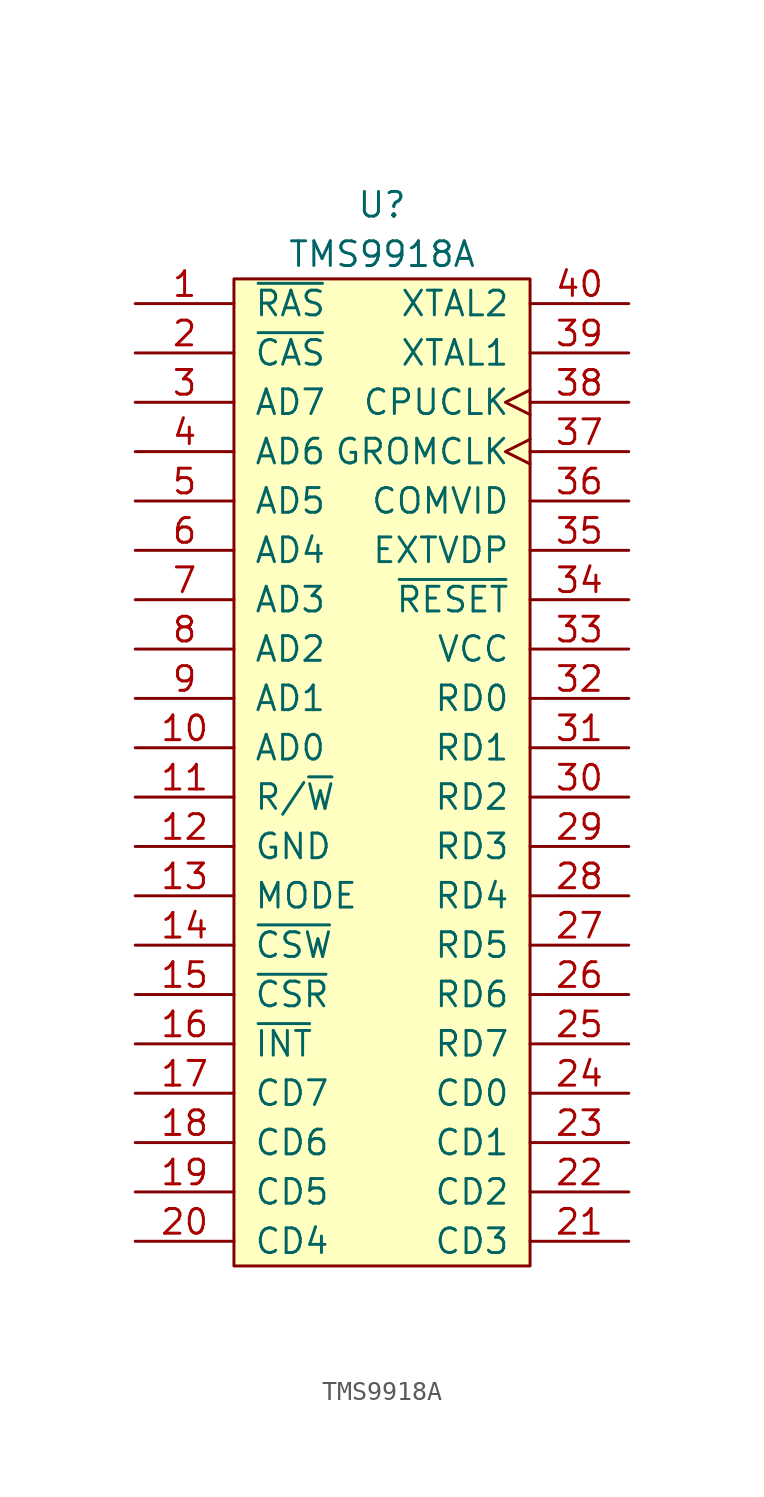
<source format=kicad_sym>
(kicad_symbol_lib
  (version 20211014)
  (generator kicad_symbol_editor)
  (symbol "TMS9918A"
    (pin_names
      (offset 1.016))
    (property "Reference" "U"
      (at 0 29.21 0)
      (effects (font (size 1.27 1.27))))
    (property "Value" "TMS9918A"
      (at 0 26.67 0)
      (effects (font (size 1.27 1.27))))
    (symbol "TMS9918A_0_1"
      (rectangle (start -7.62 25.4) (end 7.62 -25.4) (stroke (width 0) (type default) (color 0 0 0 0)) (fill (type background))))
    (symbol "TMS9918A_1_1"
      (pin output line (at -12.7 24.13 0) (length 5.08) (name "~{RAS}" (effects (font (size 1.27 1.27)))) (number "1" (effects (font (size 1.27 1.27)))))
      (pin output line (at -12.7 1.27 0) (length 5.08) (name "AD0" (effects (font (size 1.27 1.27)))) (number "10" (effects (font (size 1.27 1.27)))))
      (pin output line (at -12.7 -1.27 0) (length 5.08) (name "R/~{W}" (effects (font (size 1.27 1.27)))) (number "11" (effects (font (size 1.27 1.27)))))
      (pin power_in line (at -12.7 -3.81 0) (length 5.08) (name "GND" (effects (font (size 1.27 1.27)))) (number "12" (effects (font (size 1.27 1.27)))))
      (pin input line (at -12.7 -6.35 0) (length 5.08) (name "MODE" (effects (font (size 1.27 1.27)))) (number "13" (effects (font (size 1.27 1.27)))))
      (pin input line (at -12.7 -8.89 0) (length 5.08) (name "~{CSW}" (effects (font (size 1.27 1.27)))) (number "14" (effects (font (size 1.27 1.27)))))
      (pin input line (at -12.7 -11.43 0) (length 5.08) (name "~{CSR}" (effects (font (size 1.27 1.27)))) (number "15" (effects (font (size 1.27 1.27)))))
      (pin output line (at -12.7 -13.97 0) (length 5.08) (name "~{INT}" (effects (font (size 1.27 1.27)))) (number "16" (effects (font (size 1.27 1.27)))))
      (pin bidirectional line (at -12.7 -16.51 0) (length 5.08) (name "CD7" (effects (font (size 1.27 1.27)))) (number "17" (effects (font (size 1.27 1.27)))))
      (pin bidirectional line (at -12.7 -19.05 0) (length 5.08) (name "CD6" (effects (font (size 1.27 1.27)))) (number "18" (effects (font (size 1.27 1.27)))))
      (pin bidirectional line (at -12.7 -21.59 0) (length 5.08) (name "CD5" (effects (font (size 1.27 1.27)))) (number "19" (effects (font (size 1.27 1.27)))))
      (pin output line (at -12.7 21.59 0) (length 5.08) (name "~{CAS}" (effects (font (size 1.27 1.27)))) (number "2" (effects (font (size 1.27 1.27)))))
      (pin bidirectional line (at -12.7 -24.13 0) (length 5.08) (name "CD4" (effects (font (size 1.27 1.27)))) (number "20" (effects (font (size 1.27 1.27)))))
      (pin bidirectional line (at 12.7 -24.13 180) (length 5.08) (name "CD3" (effects (font (size 1.27 1.27)))) (number "21" (effects (font (size 1.27 1.27)))))
      (pin bidirectional line (at 12.7 -21.59 180) (length 5.08) (name "CD2" (effects (font (size 1.27 1.27)))) (number "22" (effects (font (size 1.27 1.27)))))
      (pin bidirectional line (at 12.7 -19.05 180) (length 5.08) (name "CD1" (effects (font (size 1.27 1.27)))) (number "23" (effects (font (size 1.27 1.27)))))
      (pin bidirectional line (at 12.7 -16.51 180) (length 5.08) (name "CD0" (effects (font (size 1.27 1.27)))) (number "24" (effects (font (size 1.27 1.27)))))
      (pin input line (at 12.7 -13.97 180) (length 5.08) (name "RD7" (effects (font (size 1.27 1.27)))) (number "25" (effects (font (size 1.27 1.27)))))
      (pin input line (at 12.7 -11.43 180) (length 5.08) (name "RD6" (effects (font (size 1.27 1.27)))) (number "26" (effects (font (size 1.27 1.27)))))
      (pin input line (at 12.7 -8.89 180) (length 5.08) (name "RD5" (effects (font (size 1.27 1.27)))) (number "27" (effects (font (size 1.27 1.27)))))
      (pin input line (at 12.7 -6.35 180) (length 5.08) (name "RD4" (effects (font (size 1.27 1.27)))) (number "28" (effects (font (size 1.27 1.27)))))
      (pin input line (at 12.7 -3.81 180) (length 5.08) (name "RD3" (effects (font (size 1.27 1.27)))) (number "29" (effects (font (size 1.27 1.27)))))
      (pin output line (at -12.7 19.05 0) (length 5.08) (name "AD7" (effects (font (size 1.27 1.27)))) (number "3" (effects (font (size 1.27 1.27)))))
      (pin input line (at 12.7 -1.27 180) (length 5.08) (name "RD2" (effects (font (size 1.27 1.27)))) (number "30" (effects (font (size 1.27 1.27)))))
      (pin input line (at 12.7 1.27 180) (length 5.08) (name "RD1" (effects (font (size 1.27 1.27)))) (number "31" (effects (font (size 1.27 1.27)))))
      (pin input line (at 12.7 3.81 180) (length 5.08) (name "RD0" (effects (font (size 1.27 1.27)))) (number "32" (effects (font (size 1.27 1.27)))))
      (pin power_in line (at 12.7 6.35 180) (length 5.08) (name "VCC" (effects (font (size 1.27 1.27)))) (number "33" (effects (font (size 1.27 1.27)))))
      (pin input line (at 12.7 8.89 180) (length 5.08) (name "~{RESET}" (effects (font (size 1.27 1.27)))) (number "34" (effects (font (size 1.27 1.27)))))
      (pin bidirectional line (at 12.7 11.43 180) (length 5.08) (name "EXTVDP" (effects (font (size 1.27 1.27)))) (number "35" (effects (font (size 1.27 1.27)))))
      (pin output line (at 12.7 13.97 180) (length 5.08) (name "COMVID" (effects (font (size 1.27 1.27)))) (number "36" (effects (font (size 1.27 1.27)))))
      (pin output clock (at 12.7 16.51 180) (length 5.08) (name "GROMCLK" (effects (font (size 1.27 1.27)))) (number "37" (effects (font (size 1.27 1.27)))))
      (pin output clock (at 12.7 19.05 180) (length 5.08) (name "CPUCLK" (effects (font (size 1.27 1.27)))) (number "38" (effects (font (size 1.27 1.27)))))
      (pin input line (at 12.7 21.59 180) (length 5.08) (name "XTAL1" (effects (font (size 1.27 1.27)))) (number "39" (effects (font (size 1.27 1.27)))))
      (pin output line (at -12.7 16.51 0) (length 5.08) (name "AD6" (effects (font (size 1.27 1.27)))) (number "4" (effects (font (size 1.27 1.27)))))
      (pin input line (at 12.7 24.13 180) (length 5.08) (name "XTAL2" (effects (font (size 1.27 1.27)))) (number "40" (effects (font (size 1.27 1.27)))))
      (pin output line (at -12.7 13.97 0) (length 5.08) (name "AD5" (effects (font (size 1.27 1.27)))) (number "5" (effects (font (size 1.27 1.27)))))
      (pin output line (at -12.7 11.43 0) (length 5.08) (name "AD4" (effects (font (size 1.27 1.27)))) (number "6" (effects (font (size 1.27 1.27)))))
      (pin output line (at -12.7 8.89 0) (length 5.08) (name "AD3" (effects (font (size 1.27 1.27)))) (number "7" (effects (font (size 1.27 1.27)))))
      (pin output line (at -12.7 6.35 0) (length 5.08) (name "AD2" (effects (font (size 1.27 1.27)))) (number "8" (effects (font (size 1.27 1.27)))))
      (pin output line (at -12.7 3.81 0) (length 5.08) (name "AD1" (effects (font (size 1.27 1.27)))) (number "9" (effects (font (size 1.27 1.27))))))))
</source>
